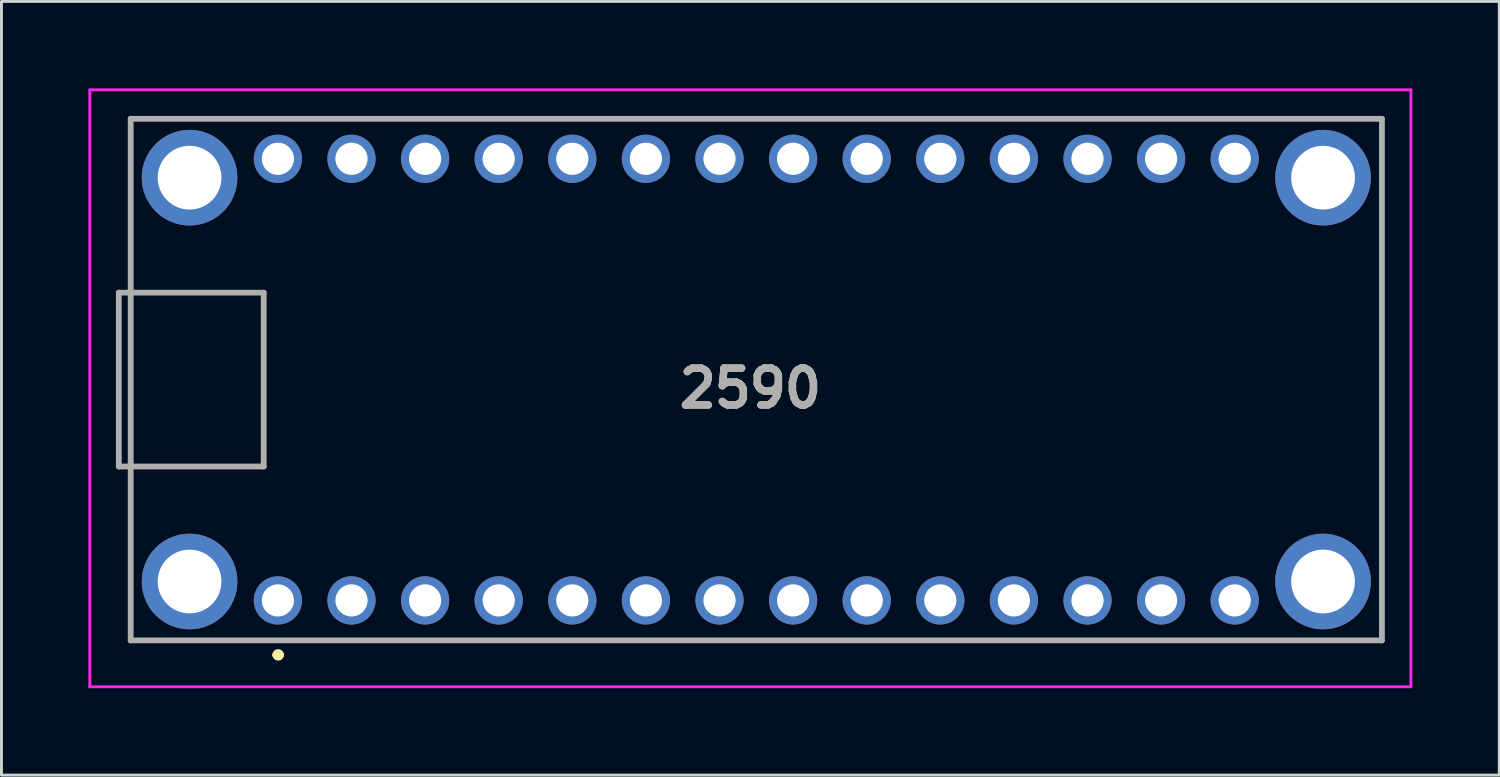
<source format=kicad_pcb>
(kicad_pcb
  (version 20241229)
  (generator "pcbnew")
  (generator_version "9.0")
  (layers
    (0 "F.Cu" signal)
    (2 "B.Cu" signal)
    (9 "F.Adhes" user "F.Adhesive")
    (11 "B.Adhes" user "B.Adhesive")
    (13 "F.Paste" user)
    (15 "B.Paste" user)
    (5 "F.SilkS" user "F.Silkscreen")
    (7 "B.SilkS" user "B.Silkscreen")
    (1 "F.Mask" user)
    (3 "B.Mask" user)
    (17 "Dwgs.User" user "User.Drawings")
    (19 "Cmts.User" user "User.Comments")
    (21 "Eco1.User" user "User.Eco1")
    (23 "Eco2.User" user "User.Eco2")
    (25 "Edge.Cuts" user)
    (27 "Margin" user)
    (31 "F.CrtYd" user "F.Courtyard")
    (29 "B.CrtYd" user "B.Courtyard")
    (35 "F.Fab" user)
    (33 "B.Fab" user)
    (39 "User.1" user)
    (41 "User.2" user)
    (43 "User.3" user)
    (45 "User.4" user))
  (footprint "2590"
    (layer "F.Cu")
    (at 23.05 10.05)
    (property "Reference" "2590" (at -0.205 0.3 0) (layer "F.SilkS") (effects (font (size 1.27 1.27) (thickness 0.254))))
    (attr through_hole)
    (fp_line (start -22 -3) (end -17 -3) (stroke (width 0.1) (type solid)) (layer "F.SilkS"))
    (fp_line (start -22 3) (end -22 -3) (stroke (width 0.1) (type solid)) (layer "F.SilkS"))
    (fp_line (start -21.587 -9) (end 21.59 -9) (stroke (width 0.1) (type solid)) (layer "F.SilkS"))
    (fp_line (start -21.587 9) (end -21.587 -9) (stroke (width 0.1) (type solid)) (layer "F.SilkS"))
    (fp_line (start -17 -3) (end -17 3) (stroke (width 0.1) (type solid)) (layer "F.SilkS"))
    (fp_line (start -17 3) (end -22 3) (stroke (width 0.1) (type solid)) (layer "F.SilkS"))
    (fp_line (start -16.6 9.5) (end -16.6 9.5) (stroke (width 0.2) (type solid)) (layer "F.SilkS"))
    (fp_line (start -16.4 9.5) (end -16.4 9.5) (stroke (width 0.2) (type solid)) (layer "F.SilkS"))
    (fp_line (start 21.59 -9) (end 21.59 9) (stroke (width 0.1) (type solid)) (layer "F.SilkS"))
    (fp_line (start 21.59 9) (end -21.587 9) (stroke (width 0.1) (type solid)) (layer "F.SilkS"))
    (fp_arc (start -16.6 9.5) (mid -16.5 9.4) (end -16.4 9.5) (stroke (width 0.2) (type solid)) (layer "F.SilkS"))
    (fp_arc (start -16.4 9.5) (mid -16.5 9.6) (end -16.6 9.5) (stroke (width 0.2) (type solid)) (layer "F.SilkS"))
    (fp_line (start -23 -10) (end 22.59 -10) (stroke (width 0.1) (type solid)) (layer "F.CrtYd"))
    (fp_line (start -23 10.6) (end -23 -10) (stroke (width 0.1) (type solid)) (layer "F.CrtYd"))
    (fp_line (start 22.59 -10) (end 22.59 10.6) (stroke (width 0.1) (type solid)) (layer "F.CrtYd"))
    (fp_line (start 22.59 10.6) (end -23 10.6) (stroke (width 0.1) (type solid)) (layer "F.CrtYd"))
    (fp_line (start -22 -3) (end -17 -3) (stroke (width 0.2) (type solid)) (layer "F.Fab"))
    (fp_line (start -22 3) (end -22 -3) (stroke (width 0.2) (type solid)) (layer "F.Fab"))
    (fp_line (start -21.59 -9) (end 21.59 -9) (stroke (width 0.2) (type solid)) (layer "F.Fab"))
    (fp_line (start -21.59 9) (end -21.59 -9) (stroke (width 0.2) (type solid)) (layer "F.Fab"))
    (fp_line (start -17 -3) (end -17 3) (stroke (width 0.2) (type solid)) (layer "F.Fab"))
    (fp_line (start -17 3) (end -22 3) (stroke (width 0.2) (type solid)) (layer "F.Fab"))
    (fp_line (start 21.59 -9) (end 21.59 9) (stroke (width 0.2) (type solid)) (layer "F.Fab"))
    (fp_line (start 21.59 9) (end -21.59 9) (stroke (width 0.2) (type solid)) (layer "F.Fab"))
    (fp_text user "${REFERENCE}" (at -0.205 0.3 0) (layer "F.Fab") (effects (font (size 1.27 1.27) (thickness 0.254))))
    (pad "1" thru_hole circle (at -16.51 7.62) (size 1.665 1.665) (drill 1.11) (layers "*.Cu" "*.Mask"))
    (pad "2" thru_hole circle (at -13.97 7.62) (size 1.665 1.665) (drill 1.11) (layers "*.Cu" "*.Mask"))
    (pad "3" thru_hole circle (at -11.43 7.62) (size 1.665 1.665) (drill 1.11) (layers "*.Cu" "*.Mask"))
    (pad "4" thru_hole circle (at -8.89 7.62) (size 1.665 1.665) (drill 1.11) (layers "*.Cu" "*.Mask"))
    (pad "5" thru_hole circle (at -6.35 7.62) (size 1.665 1.665) (drill 1.11) (layers "*.Cu" "*.Mask"))
    (pad "6" thru_hole circle (at -3.81 7.62) (size 1.665 1.665) (drill 1.11) (layers "*.Cu" "*.Mask"))
    (pad "7" thru_hole circle (at -1.27 7.62) (size 1.665 1.665) (drill 1.11) (layers "*.Cu" "*.Mask"))
    (pad "8" thru_hole circle (at 1.27 7.62) (size 1.665 1.665) (drill 1.11) (layers "*.Cu" "*.Mask"))
    (pad "9" thru_hole circle (at 3.81 7.62) (size 1.665 1.665) (drill 1.11) (layers "*.Cu" "*.Mask"))
    (pad "10" thru_hole circle (at 6.35 7.62) (size 1.665 1.665) (drill 1.11) (layers "*.Cu" "*.Mask"))
    (pad "11" thru_hole circle (at 8.89 7.62) (size 1.665 1.665) (drill 1.11) (layers "*.Cu" "*.Mask"))
    (pad "12" thru_hole circle (at 11.43 7.62) (size 1.665 1.665) (drill 1.11) (layers "*.Cu" "*.Mask"))
    (pad "13" thru_hole circle (at 13.97 7.62) (size 1.665 1.665) (drill 1.11) (layers "*.Cu" "*.Mask"))
    (pad "14" thru_hole circle (at 16.51 7.62) (size 1.665 1.665) (drill 1.11) (layers "*.Cu" "*.Mask"))
    (pad "15" thru_hole circle (at 16.51 -7.62) (size 1.665 1.665) (drill 1.11) (layers "*.Cu" "*.Mask"))
    (pad "16" thru_hole circle (at 13.97 -7.62) (size 1.665 1.665) (drill 1.11) (layers "*.Cu" "*.Mask"))
    (pad "17" thru_hole circle (at 11.43 -7.62) (size 1.665 1.665) (drill 1.11) (layers "*.Cu" "*.Mask"))
    (pad "18" thru_hole circle (at 8.89 -7.62) (size 1.665 1.665) (drill 1.11) (layers "*.Cu" "*.Mask"))
    (pad "19" thru_hole circle (at 6.35 -7.62) (size 1.665 1.665) (drill 1.11) (layers "*.Cu" "*.Mask"))
    (pad "20" thru_hole circle (at 3.81 -7.62) (size 1.665 1.665) (drill 1.11) (layers "*.Cu" "*.Mask"))
    (pad "21" thru_hole circle (at 1.27 -7.62) (size 1.665 1.665) (drill 1.11) (layers "*.Cu" "*.Mask"))
    (pad "22" thru_hole circle (at -1.27 -7.62) (size 1.665 1.665) (drill 1.11) (layers "*.Cu" "*.Mask"))
    (pad "23" thru_hole circle (at -3.81 -7.62) (size 1.665 1.665) (drill 1.11) (layers "*.Cu" "*.Mask"))
    (pad "24" thru_hole circle (at -6.35 -7.62) (size 1.665 1.665) (drill 1.11) (layers "*.Cu" "*.Mask"))
    (pad "25" thru_hole circle (at -8.89 -7.62) (size 1.665 1.665) (drill 1.11) (layers "*.Cu" "*.Mask"))
    (pad "26" thru_hole circle (at -11.43 -7.62) (size 1.665 1.665) (drill 1.11) (layers "*.Cu" "*.Mask"))
    (pad "27" thru_hole circle (at -13.97 -7.62) (size 1.665 1.665) (drill 1.11) (layers "*.Cu" "*.Mask"))
    (pad "28" thru_hole circle (at -16.51 -7.62) (size 1.665 1.665) (drill 1.11) (layers "*.Cu" "*.Mask"))
    (pad "MH1" thru_hole circle (at -19.558 -6.968) (size 3.3 3.3) (drill 2.2) (layers "*.Cu" "*.Mask"))
    (pad "MH2" thru_hole circle (at -19.558 6.968) (size 3.3 3.3) (drill 2.2) (layers "*.Cu" "*.Mask"))
    (pad "MH3" thru_hole circle (at 19.558 6.968) (size 3.3 3.3) (drill 2.2) (layers "*.Cu" "*.Mask"))
    (pad "MH4" thru_hole circle (at 19.558 -6.968) (size 3.3 3.3) (drill 2.2) (layers "*.Cu" "*.Mask")))
  (gr_rect
    (start -3 -3)
    (end 48.69 23.7)
    (stroke (width 0.1) (type default))
    (fill no)
    (layer "Edge.Cuts")))
</source>
